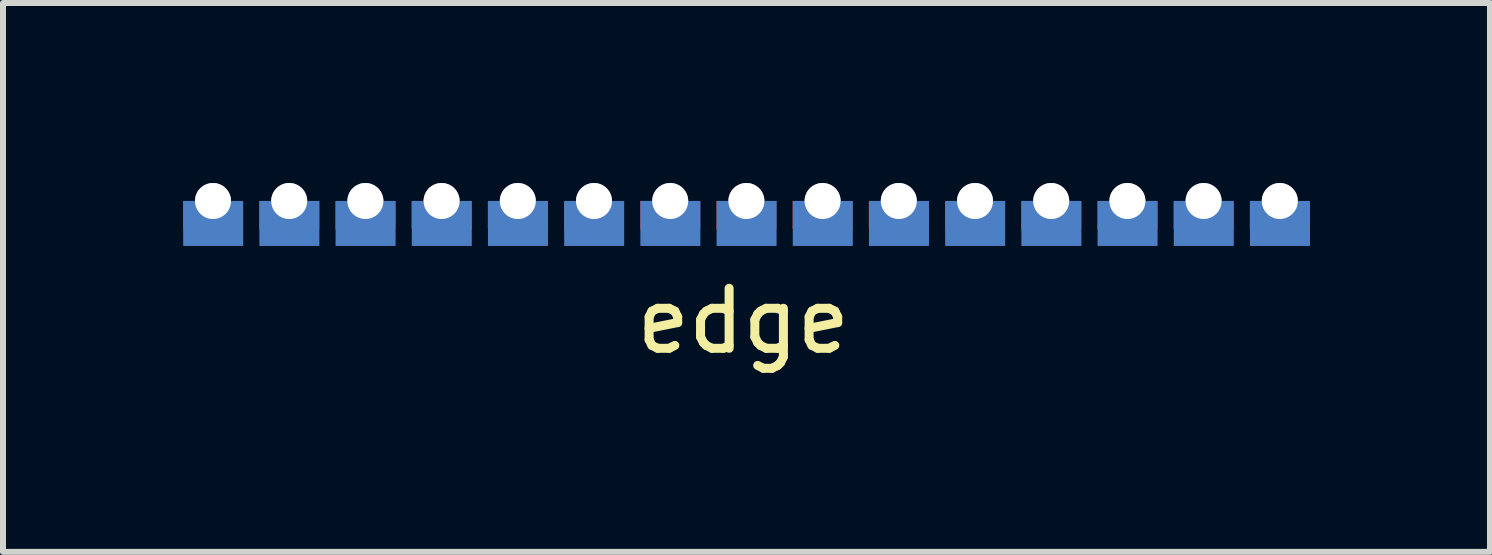
<source format=kicad_pcb>
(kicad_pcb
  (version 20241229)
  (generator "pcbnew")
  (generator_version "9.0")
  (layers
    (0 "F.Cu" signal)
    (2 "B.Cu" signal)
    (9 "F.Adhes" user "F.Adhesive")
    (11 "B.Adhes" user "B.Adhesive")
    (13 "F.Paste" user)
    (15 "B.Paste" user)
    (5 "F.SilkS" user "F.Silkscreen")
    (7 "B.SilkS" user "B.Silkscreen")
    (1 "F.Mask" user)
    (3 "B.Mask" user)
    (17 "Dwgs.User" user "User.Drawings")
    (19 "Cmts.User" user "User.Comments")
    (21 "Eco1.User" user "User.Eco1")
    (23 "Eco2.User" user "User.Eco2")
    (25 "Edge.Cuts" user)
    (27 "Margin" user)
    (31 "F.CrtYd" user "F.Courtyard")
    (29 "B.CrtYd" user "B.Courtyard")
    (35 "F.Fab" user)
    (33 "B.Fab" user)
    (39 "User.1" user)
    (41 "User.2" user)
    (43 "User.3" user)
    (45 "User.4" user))
  (footprint "edge"
    (layer "F.Cu")
    (at 9.39 0.3)
    (property "Reference" "edge" (at -0.05 2 0) (layer "F.SilkS") (effects (font (size 1 1) (thickness 0.15))))
    (attr through_hole)
    (pad "1" thru_hole circle (at 8.89 0) (size 0.6 0.6) (drill 0.6) (layers "*.Cu"))
    (pad "1" smd rect (at 8.89 0.225) (size 1 0.45) (layers "F.Cu" "F.Mask"))
    (pad "1" smd roundrect (at 8.89 0.45) (size 1 0.2) (layers "F.Cu" "F.Mask") (roundrect_rratio 0.5))
    (pad "1" smd rect (at 8.893 0.374) (size 1 0.75) (layers "B.Cu" "B.Mask"))
    (pad "2" thru_hole circle (at 7.62 0) (size 0.6 0.6) (drill 0.6) (layers "*.Cu"))
    (pad "2" smd rect (at 7.62 0.225) (size 1 0.45) (layers "F.Cu" "F.Mask"))
    (pad "2" smd roundrect (at 7.62 0.45) (size 1 0.2) (layers "F.Cu" "F.Mask") (roundrect_rratio 0.5))
    (pad "2" smd rect (at 7.623 0.374) (size 1 0.75) (layers "B.Cu" "B.Mask"))
    (pad "3" thru_hole circle (at 6.35 0) (size 0.6 0.6) (drill 0.6) (layers "*.Cu"))
    (pad "3" smd rect (at 6.35 0.225) (size 1 0.45) (layers "F.Cu" "F.Mask"))
    (pad "3" smd roundrect (at 6.35 0.45) (size 1 0.2) (layers "F.Cu" "F.Mask") (roundrect_rratio 0.5))
    (pad "3" smd rect (at 6.353 0.374) (size 1 0.75) (layers "B.Cu" "B.Mask"))
    (pad "4" thru_hole circle (at 5.08 0) (size 0.6 0.6) (drill 0.6) (layers "*.Cu"))
    (pad "4" smd rect (at 5.08 0.225) (size 1 0.45) (layers "F.Cu" "F.Mask"))
    (pad "4" smd roundrect (at 5.08 0.45) (size 1 0.2) (layers "F.Cu" "F.Mask") (roundrect_rratio 0.5))
    (pad "4" smd rect (at 5.083 0.374) (size 1 0.75) (layers "B.Cu" "B.Mask"))
    (pad "5" thru_hole circle (at 3.81 0) (size 0.6 0.6) (drill 0.6) (layers "*.Cu"))
    (pad "5" smd rect (at 3.81 0.225) (size 1 0.45) (layers "F.Cu" "F.Mask"))
    (pad "5" smd roundrect (at 3.81 0.45) (size 1 0.2) (layers "F.Cu" "F.Mask") (roundrect_rratio 0.5))
    (pad "5" smd rect (at 3.813 0.374) (size 1 0.75) (layers "B.Cu" "B.Mask"))
    (pad "6" thru_hole circle (at 2.54 0) (size 0.6 0.6) (drill 0.6) (layers "*.Cu"))
    (pad "6" smd rect (at 2.54 0.225) (size 1 0.45) (layers "F.Cu" "F.Mask"))
    (pad "6" smd roundrect (at 2.54 0.45) (size 1 0.2) (layers "F.Cu" "F.Mask") (roundrect_rratio 0.5))
    (pad "6" smd rect (at 2.543 0.374) (size 1 0.75) (layers "B.Cu" "B.Mask"))
    (pad "7" thru_hole circle (at 1.27 0) (size 0.6 0.6) (drill 0.6) (layers "*.Cu"))
    (pad "7" smd rect (at 1.27 0.225) (size 1 0.45) (layers "F.Cu" "F.Mask"))
    (pad "7" smd roundrect (at 1.27 0.45) (size 1 0.2) (layers "F.Cu" "F.Mask") (roundrect_rratio 0.5))
    (pad "7" smd rect (at 1.273 0.374) (size 1 0.75) (layers "B.Cu" "B.Mask"))
    (pad "8" thru_hole circle (at 0 0) (size 0.6 0.6) (drill 0.6) (layers "*.Cu"))
    (pad "8" smd rect (at 0 0.225) (size 1 0.45) (layers "F.Cu" "F.Mask"))
    (pad "8" smd roundrect (at 0 0.45) (size 1 0.2) (layers "F.Cu" "F.Mask") (roundrect_rratio 0.5))
    (pad "8" smd rect (at 0.003 0.374) (size 1 0.75) (layers "B.Cu" "B.Mask"))
    (pad "9" thru_hole circle (at -1.27 0) (size 0.6 0.6) (drill 0.6) (layers "*.Cu"))
    (pad "9" smd rect (at -1.27 0.225) (size 1 0.45) (layers "F.Cu" "F.Mask"))
    (pad "9" smd roundrect (at -1.27 0.45) (size 1 0.2) (layers "F.Cu" "F.Mask") (roundrect_rratio 0.5))
    (pad "9" smd rect (at -1.267 0.374) (size 1 0.75) (layers "B.Cu" "B.Mask"))
    (pad "10" thru_hole circle (at -2.54 0) (size 0.6 0.6) (drill 0.6) (layers "*.Cu"))
    (pad "10" smd rect (at -2.54 0.225) (size 1 0.45) (layers "F.Cu" "F.Mask"))
    (pad "10" smd roundrect (at -2.54 0.45) (size 1 0.2) (layers "F.Cu" "F.Mask") (roundrect_rratio 0.5))
    (pad "10" smd rect (at -2.537 0.374) (size 1 0.75) (layers "B.Cu" "B.Mask"))
    (pad "11" thru_hole circle (at -3.81 0) (size 0.6 0.6) (drill 0.6) (layers "*.Cu"))
    (pad "11" smd rect (at -3.81 0.225) (size 1 0.45) (layers "F.Cu" "F.Mask"))
    (pad "11" smd roundrect (at -3.81 0.45) (size 1 0.2) (layers "F.Cu" "F.Mask") (roundrect_rratio 0.5))
    (pad "11" smd rect (at -3.807 0.374) (size 1 0.75) (layers "B.Cu" "B.Mask"))
    (pad "12" thru_hole circle (at -5.08 0) (size 0.6 0.6) (drill 0.6) (layers "*.Cu"))
    (pad "12" smd rect (at -5.08 0.225) (size 1 0.45) (layers "F.Cu" "F.Mask"))
    (pad "12" smd roundrect (at -5.08 0.45) (size 1 0.2) (layers "F.Cu" "F.Mask") (roundrect_rratio 0.5))
    (pad "12" smd rect (at -5.077 0.374) (size 1 0.75) (layers "B.Cu" "B.Mask"))
    (pad "13" thru_hole circle (at -6.35 0) (size 0.6 0.6) (drill 0.6) (layers "*.Cu"))
    (pad "13" smd rect (at -6.35 0.225) (size 1 0.45) (layers "F.Cu" "F.Mask"))
    (pad "13" smd roundrect (at -6.35 0.45) (size 1 0.2) (layers "F.Cu" "F.Mask") (roundrect_rratio 0.5))
    (pad "13" smd rect (at -6.347 0.374) (size 1 0.75) (layers "B.Cu" "B.Mask"))
    (pad "14" thru_hole circle (at -7.62 0) (size 0.6 0.6) (drill 0.6) (layers "*.Cu"))
    (pad "14" smd rect (at -7.62 0.225) (size 1 0.45) (layers "F.Cu" "F.Mask"))
    (pad "14" smd roundrect (at -7.62 0.45) (size 1 0.2) (layers "F.Cu" "F.Mask") (roundrect_rratio 0.5))
    (pad "14" smd rect (at -7.617 0.374) (size 1 0.75) (layers "B.Cu" "B.Mask"))
    (pad "15" thru_hole circle (at -8.89 0) (size 0.6 0.6) (drill 0.6) (layers "*.Cu"))
    (pad "15" smd rect (at -8.89 0.225) (size 1 0.45) (layers "F.Cu" "F.Mask"))
    (pad "15" smd roundrect (at -8.89 0.45) (size 1 0.2) (layers "F.Cu" "F.Mask") (roundrect_rratio 0.5))
    (pad "15" smd rect (at -8.887 0.374) (size 1 0.75) (layers "B.Cu" "B.Mask")))
  (gr_rect
    (start -3 -3)
    (end 21.783 6.148)
    (stroke (width 0.1) (type default))
    (fill no)
    (layer "Edge.Cuts")))
</source>
